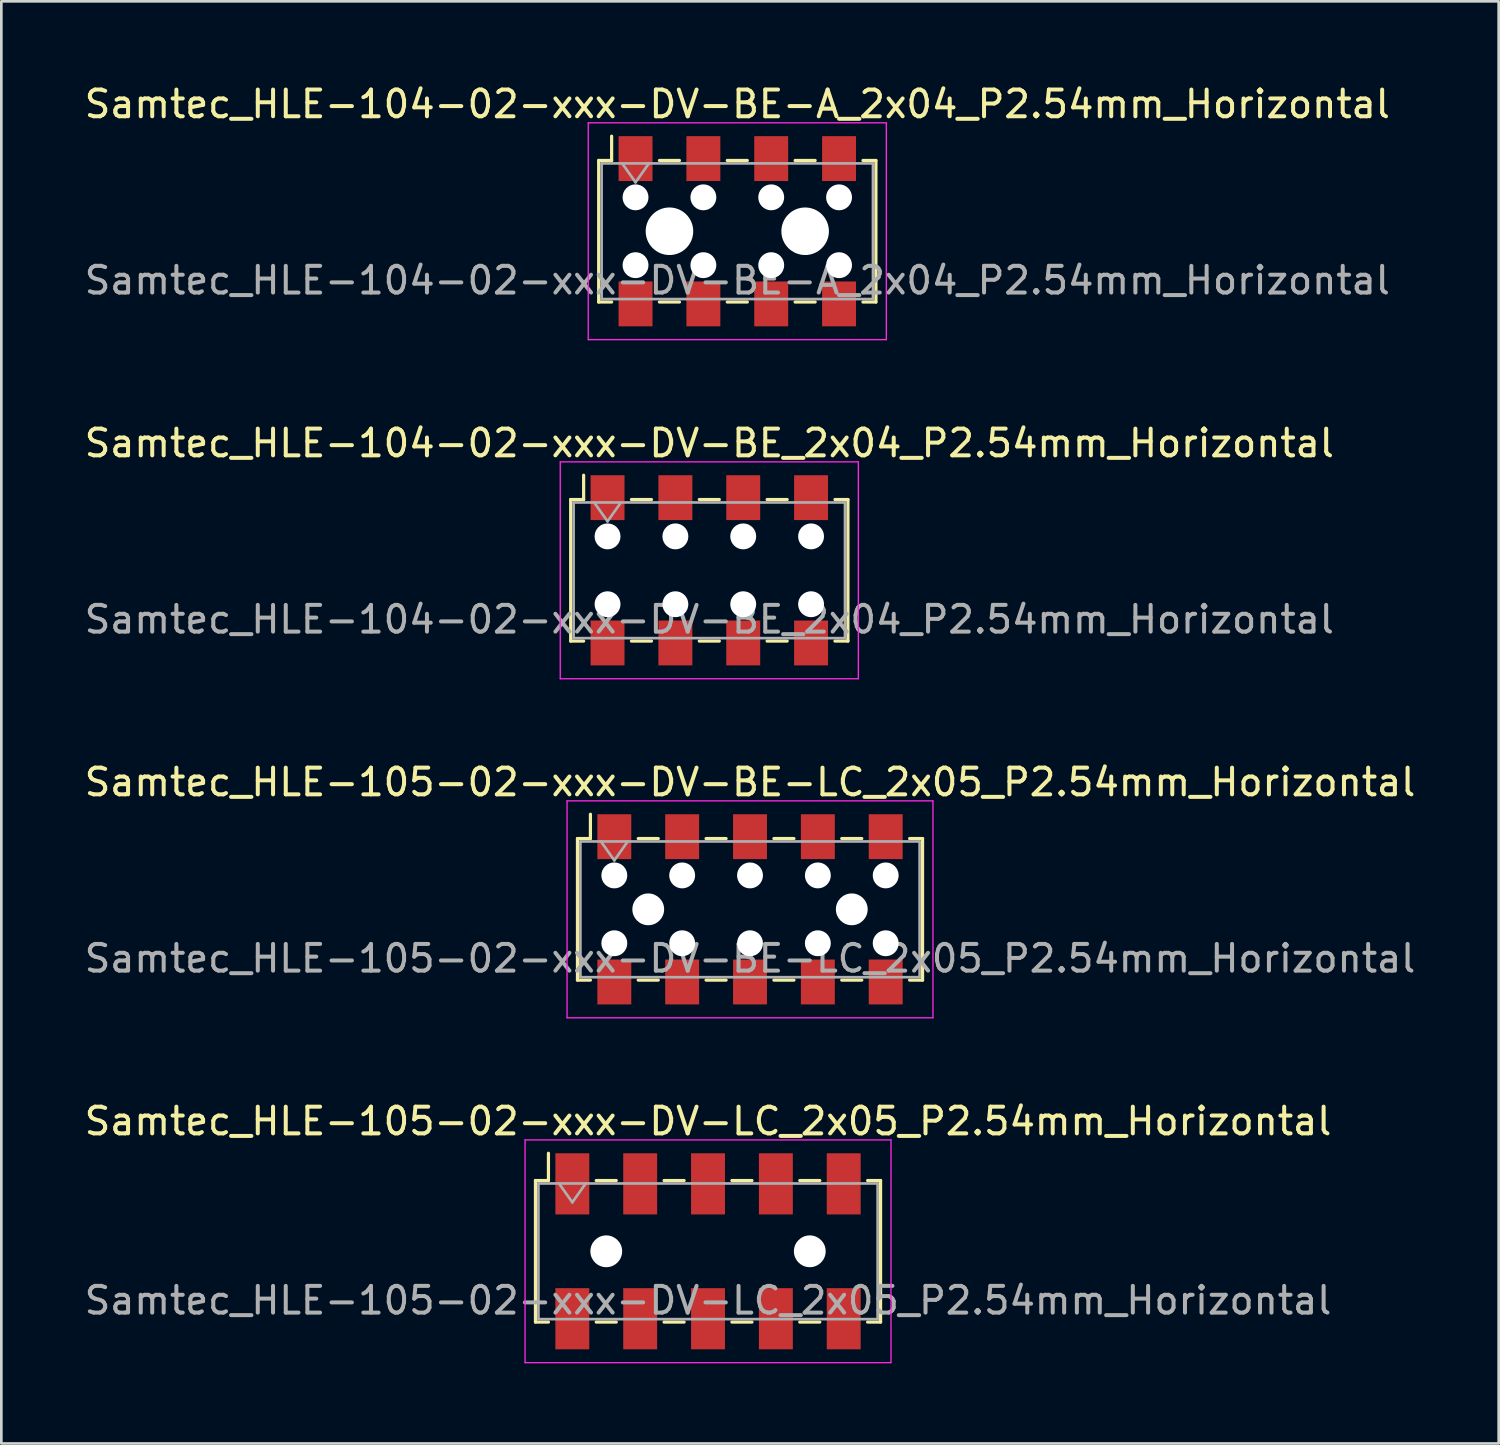
<source format=kicad_pcb>
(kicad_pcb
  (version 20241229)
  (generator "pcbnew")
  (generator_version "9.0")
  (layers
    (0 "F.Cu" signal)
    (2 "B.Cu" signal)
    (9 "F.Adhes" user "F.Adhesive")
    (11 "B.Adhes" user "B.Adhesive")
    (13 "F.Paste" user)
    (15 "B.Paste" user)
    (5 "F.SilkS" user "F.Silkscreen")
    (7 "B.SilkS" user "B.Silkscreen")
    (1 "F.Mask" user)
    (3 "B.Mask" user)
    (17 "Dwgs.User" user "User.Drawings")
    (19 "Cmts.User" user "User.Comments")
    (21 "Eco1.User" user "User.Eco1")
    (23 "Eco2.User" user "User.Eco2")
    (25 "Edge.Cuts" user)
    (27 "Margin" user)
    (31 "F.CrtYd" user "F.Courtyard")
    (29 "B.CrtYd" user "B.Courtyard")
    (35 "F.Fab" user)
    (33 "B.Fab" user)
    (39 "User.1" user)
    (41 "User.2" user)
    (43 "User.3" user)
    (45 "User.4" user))
  (footprint "Samtec_HLE-105-02-xxx-DV-LC_2x05_P2.54mm_Horizontal"
    (layer "F.Cu")
    (at 23.458 43.798)
    (property "Reference" "Samtec_HLE-105-02-xxx-DV-LC_2x05_P2.54mm_Horizontal" (at 0 -4.87 0) (layer "F.SilkS") (effects (font (size 1 1) (thickness 0.15))))
    (attr smd)
    (fp_line (start -6.46 -2.65) (end -6.46 2.65) (stroke (width 0.12) (type solid)) (layer "F.SilkS"))
    (fp_line (start -6.46 2.65) (end -5.975 2.65) (stroke (width 0.12) (type solid)) (layer "F.SilkS"))
    (fp_line (start -5.975 -3.67) (end -5.975 -2.65) (stroke (width 0.12) (type solid)) (layer "F.SilkS"))
    (fp_line (start -5.975 -2.65) (end -6.46 -2.65) (stroke (width 0.12) (type solid)) (layer "F.SilkS"))
    (fp_line (start -4.185 -2.65) (end -3.435 -2.65) (stroke (width 0.12) (type solid)) (layer "F.SilkS"))
    (fp_line (start -4.185 2.65) (end -3.435 2.65) (stroke (width 0.12) (type solid)) (layer "F.SilkS"))
    (fp_line (start -1.645 -2.65) (end -0.895 -2.65) (stroke (width 0.12) (type solid)) (layer "F.SilkS"))
    (fp_line (start -1.645 2.65) (end -0.895 2.65) (stroke (width 0.12) (type solid)) (layer "F.SilkS"))
    (fp_line (start 0.895 -2.65) (end 1.645 -2.65) (stroke (width 0.12) (type solid)) (layer "F.SilkS"))
    (fp_line (start 0.895 2.65) (end 1.645 2.65) (stroke (width 0.12) (type solid)) (layer "F.SilkS"))
    (fp_line (start 3.435 -2.65) (end 4.185 -2.65) (stroke (width 0.12) (type solid)) (layer "F.SilkS"))
    (fp_line (start 3.435 2.65) (end 4.185 2.65) (stroke (width 0.12) (type solid)) (layer "F.SilkS"))
    (fp_line (start 5.975 -2.65) (end 6.46 -2.65) (stroke (width 0.12) (type solid)) (layer "F.SilkS"))
    (fp_line (start 6.46 -2.65) (end 6.46 2.65) (stroke (width 0.12) (type solid)) (layer "F.SilkS"))
    (fp_line (start 6.46 2.65) (end 5.975 2.65) (stroke (width 0.12) (type solid)) (layer "F.SilkS"))
    (fp_line (start -6.85 -4.17) (end 6.85 -4.17) (stroke (width 0.05) (type solid)) (layer "F.CrtYd"))
    (fp_line (start -6.85 4.17) (end -6.85 -4.17) (stroke (width 0.05) (type solid)) (layer "F.CrtYd"))
    (fp_line (start 6.85 -4.17) (end 6.85 4.17) (stroke (width 0.05) (type solid)) (layer "F.CrtYd"))
    (fp_line (start 6.85 4.17) (end -6.85 4.17) (stroke (width 0.05) (type solid)) (layer "F.CrtYd"))
    (fp_line (start -6.35 -2.54) (end 6.35 -2.54) (stroke (width 0.1) (type solid)) (layer "F.Fab"))
    (fp_line (start -6.35 2.54) (end -6.35 -2.54) (stroke (width 0.1) (type solid)) (layer "F.Fab"))
    (fp_line (start -5.58 -2.54) (end -5.08 -1.833) (stroke (width 0.1) (type solid)) (layer "F.Fab"))
    (fp_line (start -5.08 -1.833) (end -4.58 -2.54) (stroke (width 0.1) (type solid)) (layer "F.Fab"))
    (fp_line (start 6.35 -2.54) (end 6.35 2.54) (stroke (width 0.1) (type solid)) (layer "F.Fab"))
    (fp_line (start 6.35 2.54) (end -6.35 2.54) (stroke (width 0.1) (type solid)) (layer "F.Fab"))
    (fp_text user "${REFERENCE}" (at 0 1.84 0) (layer "F.Fab") (effects (font (size 1 1) (thickness 0.15))))
    (pad "" np_thru_hole circle (at -3.81 0) (size 1.19 1.19) (drill 1.19) (layers "*.Cu" "*.Mask"))
    (pad "" np_thru_hole circle (at 3.81 0) (size 1.19 1.19) (drill 1.19) (layers "*.Cu" "*.Mask"))
    (pad "1" smd rect (at -5.08 -2.525) (size 1.27 2.29) (layers "F.Cu" "F.Mask" "F.Paste"))
    (pad "2" smd rect (at -5.08 2.525) (size 1.27 2.29) (layers "F.Cu" "F.Mask" "F.Paste"))
    (pad "3" smd rect (at -2.54 -2.525) (size 1.27 2.29) (layers "F.Cu" "F.Mask" "F.Paste"))
    (pad "4" smd rect (at -2.54 2.525) (size 1.27 2.29) (layers "F.Cu" "F.Mask" "F.Paste"))
    (pad "5" smd rect (at 0 -2.525) (size 1.27 2.29) (layers "F.Cu" "F.Mask" "F.Paste"))
    (pad "6" smd rect (at 0 2.525) (size 1.27 2.29) (layers "F.Cu" "F.Mask" "F.Paste"))
    (pad "7" smd rect (at 2.54 -2.525) (size 1.27 2.29) (layers "F.Cu" "F.Mask" "F.Paste"))
    (pad "8" smd rect (at 2.54 2.525) (size 1.27 2.29) (layers "F.Cu" "F.Mask" "F.Paste"))
    (pad "9" smd rect (at 5.08 -2.525) (size 1.27 2.29) (layers "F.Cu" "F.Mask" "F.Paste"))
    (pad "10" smd rect (at 5.08 2.525) (size 1.27 2.29) (layers "F.Cu" "F.Mask" "F.Paste")))
  (footprint "Samtec_HLE-104-02-xxx-DV-BE_2x04_P2.54mm_Horizontal"
    (layer "F.Cu")
    (at 23.506 18.302)
    (property "Reference" "Samtec_HLE-104-02-xxx-DV-BE_2x04_P2.54mm_Horizontal" (at 0 -4.76 0) (layer "F.SilkS") (effects (font (size 1 1) (thickness 0.15))))
    (attr smd)
    (fp_line (start -5.19 -2.65) (end -5.19 2.65) (stroke (width 0.12) (type solid)) (layer "F.SilkS"))
    (fp_line (start -5.19 2.65) (end -4.705 2.65) (stroke (width 0.12) (type solid)) (layer "F.SilkS"))
    (fp_line (start -4.705 -3.56) (end -4.705 -2.65) (stroke (width 0.12) (type solid)) (layer "F.SilkS"))
    (fp_line (start -4.705 -2.65) (end -5.19 -2.65) (stroke (width 0.12) (type solid)) (layer "F.SilkS"))
    (fp_line (start -2.915 -2.65) (end -2.165 -2.65) (stroke (width 0.12) (type solid)) (layer "F.SilkS"))
    (fp_line (start -2.915 2.65) (end -2.165 2.65) (stroke (width 0.12) (type solid)) (layer "F.SilkS"))
    (fp_line (start -0.375 -2.65) (end 0.375 -2.65) (stroke (width 0.12) (type solid)) (layer "F.SilkS"))
    (fp_line (start -0.375 2.65) (end 0.375 2.65) (stroke (width 0.12) (type solid)) (layer "F.SilkS"))
    (fp_line (start 2.165 -2.65) (end 2.915 -2.65) (stroke (width 0.12) (type solid)) (layer "F.SilkS"))
    (fp_line (start 2.165 2.65) (end 2.915 2.65) (stroke (width 0.12) (type solid)) (layer "F.SilkS"))
    (fp_line (start 4.705 -2.65) (end 5.19 -2.65) (stroke (width 0.12) (type solid)) (layer "F.SilkS"))
    (fp_line (start 5.19 -2.65) (end 5.19 2.65) (stroke (width 0.12) (type solid)) (layer "F.SilkS"))
    (fp_line (start 5.19 2.65) (end 4.705 2.65) (stroke (width 0.12) (type solid)) (layer "F.SilkS"))
    (fp_line (start -5.58 -4.06) (end 5.58 -4.06) (stroke (width 0.05) (type solid)) (layer "F.CrtYd"))
    (fp_line (start -5.58 4.06) (end -5.58 -4.06) (stroke (width 0.05) (type solid)) (layer "F.CrtYd"))
    (fp_line (start 5.58 -4.06) (end 5.58 4.06) (stroke (width 0.05) (type solid)) (layer "F.CrtYd"))
    (fp_line (start 5.58 4.06) (end -5.58 4.06) (stroke (width 0.05) (type solid)) (layer "F.CrtYd"))
    (fp_line (start -5.08 -2.54) (end 5.08 -2.54) (stroke (width 0.1) (type solid)) (layer "F.Fab"))
    (fp_line (start -5.08 2.54) (end -5.08 -2.54) (stroke (width 0.1) (type solid)) (layer "F.Fab"))
    (fp_line (start -4.31 -2.54) (end -3.81 -1.833) (stroke (width 0.1) (type solid)) (layer "F.Fab"))
    (fp_line (start -3.81 -1.833) (end -3.31 -2.54) (stroke (width 0.1) (type solid)) (layer "F.Fab"))
    (fp_line (start 5.08 -2.54) (end 5.08 2.54) (stroke (width 0.1) (type solid)) (layer "F.Fab"))
    (fp_line (start 5.08 2.54) (end -5.08 2.54) (stroke (width 0.1) (type solid)) (layer "F.Fab"))
    (fp_text user "${REFERENCE}" (at 0 1.84 0) (layer "F.Fab") (effects (font (size 1 1) (thickness 0.15))))
    (pad "" np_thru_hole circle (at -3.81 -1.27) (size 0.97 0.97) (drill 0.97) (layers "*.Cu" "*.Mask"))
    (pad "" np_thru_hole circle (at -3.81 1.27) (size 0.97 0.97) (drill 0.97) (layers "*.Cu" "*.Mask"))
    (pad "" np_thru_hole circle (at -1.27 -1.27) (size 0.97 0.97) (drill 0.97) (layers "*.Cu" "*.Mask"))
    (pad "" np_thru_hole circle (at -1.27 1.27) (size 0.97 0.97) (drill 0.97) (layers "*.Cu" "*.Mask"))
    (pad "" np_thru_hole circle (at 1.27 -1.27) (size 0.97 0.97) (drill 0.97) (layers "*.Cu" "*.Mask"))
    (pad "" np_thru_hole circle (at 1.27 1.27) (size 0.97 0.97) (drill 0.97) (layers "*.Cu" "*.Mask"))
    (pad "" np_thru_hole circle (at 3.81 -1.27) (size 0.97 0.97) (drill 0.97) (layers "*.Cu" "*.Mask"))
    (pad "" np_thru_hole circle (at 3.81 1.27) (size 0.97 0.97) (drill 0.97) (layers "*.Cu" "*.Mask"))
    (pad "1" smd rect (at -3.81 -2.72) (size 1.27 1.68) (layers "F.Cu" "F.Mask" "F.Paste"))
    (pad "2" smd rect (at -3.81 2.72) (size 1.27 1.68) (layers "F.Cu" "F.Mask" "F.Paste"))
    (pad "3" smd rect (at -1.27 -2.72) (size 1.27 1.68) (layers "F.Cu" "F.Mask" "F.Paste"))
    (pad "4" smd rect (at -1.27 2.72) (size 1.27 1.68) (layers "F.Cu" "F.Mask" "F.Paste"))
    (pad "5" smd rect (at 1.27 -2.72) (size 1.27 1.68) (layers "F.Cu" "F.Mask" "F.Paste"))
    (pad "6" smd rect (at 1.27 2.72) (size 1.27 1.68) (layers "F.Cu" "F.Mask" "F.Paste"))
    (pad "7" smd rect (at 3.81 -2.72) (size 1.27 1.68) (layers "F.Cu" "F.Mask" "F.Paste"))
    (pad "8" smd rect (at 3.81 2.72) (size 1.27 1.68) (layers "F.Cu" "F.Mask" "F.Paste")))
  (footprint "Samtec_HLE-105-02-xxx-DV-BE-LC_2x05_P2.54mm_Horizontal"
    (layer "F.Cu")
    (at 25.03 30.995)
    (property "Reference" "Samtec_HLE-105-02-xxx-DV-BE-LC_2x05_P2.54mm_Horizontal" (at 0 -4.76 0) (layer "F.SilkS") (effects (font (size 1 1) (thickness 0.15))))
    (attr smd)
    (fp_line (start -6.46 -2.65) (end -6.46 2.65) (stroke (width 0.12) (type solid)) (layer "F.SilkS"))
    (fp_line (start -6.46 2.65) (end -5.975 2.65) (stroke (width 0.12) (type solid)) (layer "F.SilkS"))
    (fp_line (start -5.975 -3.56) (end -5.975 -2.65) (stroke (width 0.12) (type solid)) (layer "F.SilkS"))
    (fp_line (start -5.975 -2.65) (end -6.46 -2.65) (stroke (width 0.12) (type solid)) (layer "F.SilkS"))
    (fp_line (start -4.185 -2.65) (end -3.435 -2.65) (stroke (width 0.12) (type solid)) (layer "F.SilkS"))
    (fp_line (start -4.185 2.65) (end -3.435 2.65) (stroke (width 0.12) (type solid)) (layer "F.SilkS"))
    (fp_line (start -1.645 -2.65) (end -0.895 -2.65) (stroke (width 0.12) (type solid)) (layer "F.SilkS"))
    (fp_line (start -1.645 2.65) (end -0.895 2.65) (stroke (width 0.12) (type solid)) (layer "F.SilkS"))
    (fp_line (start 0.895 -2.65) (end 1.645 -2.65) (stroke (width 0.12) (type solid)) (layer "F.SilkS"))
    (fp_line (start 0.895 2.65) (end 1.645 2.65) (stroke (width 0.12) (type solid)) (layer "F.SilkS"))
    (fp_line (start 3.435 -2.65) (end 4.185 -2.65) (stroke (width 0.12) (type solid)) (layer "F.SilkS"))
    (fp_line (start 3.435 2.65) (end 4.185 2.65) (stroke (width 0.12) (type solid)) (layer "F.SilkS"))
    (fp_line (start 5.975 -2.65) (end 6.46 -2.65) (stroke (width 0.12) (type solid)) (layer "F.SilkS"))
    (fp_line (start 6.46 -2.65) (end 6.46 2.65) (stroke (width 0.12) (type solid)) (layer "F.SilkS"))
    (fp_line (start 6.46 2.65) (end 5.975 2.65) (stroke (width 0.12) (type solid)) (layer "F.SilkS"))
    (fp_line (start -6.85 -4.06) (end 6.85 -4.06) (stroke (width 0.05) (type solid)) (layer "F.CrtYd"))
    (fp_line (start -6.85 4.06) (end -6.85 -4.06) (stroke (width 0.05) (type solid)) (layer "F.CrtYd"))
    (fp_line (start 6.85 -4.06) (end 6.85 4.06) (stroke (width 0.05) (type solid)) (layer "F.CrtYd"))
    (fp_line (start 6.85 4.06) (end -6.85 4.06) (stroke (width 0.05) (type solid)) (layer "F.CrtYd"))
    (fp_line (start -6.35 -2.54) (end 6.35 -2.54) (stroke (width 0.1) (type solid)) (layer "F.Fab"))
    (fp_line (start -6.35 2.54) (end -6.35 -2.54) (stroke (width 0.1) (type solid)) (layer "F.Fab"))
    (fp_line (start -5.58 -2.54) (end -5.08 -1.833) (stroke (width 0.1) (type solid)) (layer "F.Fab"))
    (fp_line (start -5.08 -1.833) (end -4.58 -2.54) (stroke (width 0.1) (type solid)) (layer "F.Fab"))
    (fp_line (start 6.35 -2.54) (end 6.35 2.54) (stroke (width 0.1) (type solid)) (layer "F.Fab"))
    (fp_line (start 6.35 2.54) (end -6.35 2.54) (stroke (width 0.1) (type solid)) (layer "F.Fab"))
    (fp_text user "${REFERENCE}" (at 0 1.84 0) (layer "F.Fab") (effects (font (size 1 1) (thickness 0.15))))
    (pad "" np_thru_hole circle (at -5.08 -1.27) (size 0.97 0.97) (drill 0.97) (layers "*.Cu" "*.Mask"))
    (pad "" np_thru_hole circle (at -5.08 1.27) (size 0.97 0.97) (drill 0.97) (layers "*.Cu" "*.Mask"))
    (pad "" np_thru_hole circle (at -3.81 0) (size 1.19 1.19) (drill 1.19) (layers "*.Cu" "*.Mask"))
    (pad "" np_thru_hole circle (at -2.54 -1.27) (size 0.97 0.97) (drill 0.97) (layers "*.Cu" "*.Mask"))
    (pad "" np_thru_hole circle (at -2.54 1.27) (size 0.97 0.97) (drill 0.97) (layers "*.Cu" "*.Mask"))
    (pad "" np_thru_hole circle (at 0 -1.27) (size 0.97 0.97) (drill 0.97) (layers "*.Cu" "*.Mask"))
    (pad "" np_thru_hole circle (at 0 1.27) (size 0.97 0.97) (drill 0.97) (layers "*.Cu" "*.Mask"))
    (pad "" np_thru_hole circle (at 2.54 -1.27) (size 0.97 0.97) (drill 0.97) (layers "*.Cu" "*.Mask"))
    (pad "" np_thru_hole circle (at 2.54 1.27) (size 0.97 0.97) (drill 0.97) (layers "*.Cu" "*.Mask"))
    (pad "" np_thru_hole circle (at 3.81 0) (size 1.19 1.19) (drill 1.19) (layers "*.Cu" "*.Mask"))
    (pad "" np_thru_hole circle (at 5.08 -1.27) (size 0.97 0.97) (drill 0.97) (layers "*.Cu" "*.Mask"))
    (pad "" np_thru_hole circle (at 5.08 1.27) (size 0.97 0.97) (drill 0.97) (layers "*.Cu" "*.Mask"))
    (pad "1" smd rect (at -5.08 -2.72) (size 1.27 1.68) (layers "F.Cu" "F.Mask" "F.Paste"))
    (pad "2" smd rect (at -5.08 2.72) (size 1.27 1.68) (layers "F.Cu" "F.Mask" "F.Paste"))
    (pad "3" smd rect (at -2.54 -2.72) (size 1.27 1.68) (layers "F.Cu" "F.Mask" "F.Paste"))
    (pad "4" smd rect (at -2.54 2.72) (size 1.27 1.68) (layers "F.Cu" "F.Mask" "F.Paste"))
    (pad "5" smd rect (at 0 -2.72) (size 1.27 1.68) (layers "F.Cu" "F.Mask" "F.Paste"))
    (pad "6" smd rect (at 0 2.72) (size 1.27 1.68) (layers "F.Cu" "F.Mask" "F.Paste"))
    (pad "7" smd rect (at 2.54 -2.72) (size 1.27 1.68) (layers "F.Cu" "F.Mask" "F.Paste"))
    (pad "8" smd rect (at 2.54 2.72) (size 1.27 1.68) (layers "F.Cu" "F.Mask" "F.Paste"))
    (pad "9" smd rect (at 5.08 -2.72) (size 1.27 1.68) (layers "F.Cu" "F.Mask" "F.Paste"))
    (pad "10" smd rect (at 5.08 2.72) (size 1.27 1.68) (layers "F.Cu" "F.Mask" "F.Paste")))
  (footprint "Samtec_HLE-104-02-xxx-DV-BE-A_2x04_P2.54mm_Horizontal"
    (layer "F.Cu")
    (at 24.554 5.608)
    (property "Reference" "Samtec_HLE-104-02-xxx-DV-BE-A_2x04_P2.54mm_Horizontal" (at 0 -4.76 0) (layer "F.SilkS") (effects (font (size 1 1) (thickness 0.15))))
    (attr smd)
    (fp_line (start -5.19 -2.65) (end -5.19 2.65) (stroke (width 0.12) (type solid)) (layer "F.SilkS"))
    (fp_line (start -5.19 2.65) (end -4.705 2.65) (stroke (width 0.12) (type solid)) (layer "F.SilkS"))
    (fp_line (start -4.705 -3.56) (end -4.705 -2.65) (stroke (width 0.12) (type solid)) (layer "F.SilkS"))
    (fp_line (start -4.705 -2.65) (end -5.19 -2.65) (stroke (width 0.12) (type solid)) (layer "F.SilkS"))
    (fp_line (start -2.915 -2.65) (end -2.165 -2.65) (stroke (width 0.12) (type solid)) (layer "F.SilkS"))
    (fp_line (start -2.915 2.65) (end -2.165 2.65) (stroke (width 0.12) (type solid)) (layer "F.SilkS"))
    (fp_line (start -0.375 -2.65) (end 0.375 -2.65) (stroke (width 0.12) (type solid)) (layer "F.SilkS"))
    (fp_line (start -0.375 2.65) (end 0.375 2.65) (stroke (width 0.12) (type solid)) (layer "F.SilkS"))
    (fp_line (start 2.165 -2.65) (end 2.915 -2.65) (stroke (width 0.12) (type solid)) (layer "F.SilkS"))
    (fp_line (start 2.165 2.65) (end 2.915 2.65) (stroke (width 0.12) (type solid)) (layer "F.SilkS"))
    (fp_line (start 4.705 -2.65) (end 5.19 -2.65) (stroke (width 0.12) (type solid)) (layer "F.SilkS"))
    (fp_line (start 5.19 -2.65) (end 5.19 2.65) (stroke (width 0.12) (type solid)) (layer "F.SilkS"))
    (fp_line (start 5.19 2.65) (end 4.705 2.65) (stroke (width 0.12) (type solid)) (layer "F.SilkS"))
    (fp_line (start -5.58 -4.06) (end 5.58 -4.06) (stroke (width 0.05) (type solid)) (layer "F.CrtYd"))
    (fp_line (start -5.58 4.06) (end -5.58 -4.06) (stroke (width 0.05) (type solid)) (layer "F.CrtYd"))
    (fp_line (start 5.58 -4.06) (end 5.58 4.06) (stroke (width 0.05) (type solid)) (layer "F.CrtYd"))
    (fp_line (start 5.58 4.06) (end -5.58 4.06) (stroke (width 0.05) (type solid)) (layer "F.CrtYd"))
    (fp_line (start -5.08 -2.54) (end 5.08 -2.54) (stroke (width 0.1) (type solid)) (layer "F.Fab"))
    (fp_line (start -5.08 2.54) (end -5.08 -2.54) (stroke (width 0.1) (type solid)) (layer "F.Fab"))
    (fp_line (start -4.31 -2.54) (end -3.81 -1.833) (stroke (width 0.1) (type solid)) (layer "F.Fab"))
    (fp_line (start -3.81 -1.833) (end -3.31 -2.54) (stroke (width 0.1) (type solid)) (layer "F.Fab"))
    (fp_line (start 5.08 -2.54) (end 5.08 2.54) (stroke (width 0.1) (type solid)) (layer "F.Fab"))
    (fp_line (start 5.08 2.54) (end -5.08 2.54) (stroke (width 0.1) (type solid)) (layer "F.Fab"))
    (fp_text user "${REFERENCE}" (at 0 1.84 0) (layer "F.Fab") (effects (font (size 1 1) (thickness 0.15))))
    (pad "" np_thru_hole circle (at -3.81 -1.27) (size 0.97 0.97) (drill 0.97) (layers "*.Cu" "*.Mask"))
    (pad "" np_thru_hole circle (at -3.81 1.27) (size 0.97 0.97) (drill 0.97) (layers "*.Cu" "*.Mask"))
    (pad "" np_thru_hole circle (at -2.54 0) (size 1.78 1.78) (drill 1.78) (layers "*.Cu" "*.Mask"))
    (pad "" np_thru_hole circle (at -1.27 -1.27) (size 0.97 0.97) (drill 0.97) (layers "*.Cu" "*.Mask"))
    (pad "" np_thru_hole circle (at -1.27 1.27) (size 0.97 0.97) (drill 0.97) (layers "*.Cu" "*.Mask"))
    (pad "" np_thru_hole circle (at 1.27 -1.27) (size 0.97 0.97) (drill 0.97) (layers "*.Cu" "*.Mask"))
    (pad "" np_thru_hole circle (at 1.27 1.27) (size 0.97 0.97) (drill 0.97) (layers "*.Cu" "*.Mask"))
    (pad "" np_thru_hole circle (at 2.54 0) (size 1.78 1.78) (drill 1.78) (layers "*.Cu" "*.Mask"))
    (pad "" np_thru_hole circle (at 3.81 -1.27) (size 0.97 0.97) (drill 0.97) (layers "*.Cu" "*.Mask"))
    (pad "" np_thru_hole circle (at 3.81 1.27) (size 0.97 0.97) (drill 0.97) (layers "*.Cu" "*.Mask"))
    (pad "1" smd rect (at -3.81 -2.72) (size 1.27 1.68) (layers "F.Cu" "F.Mask" "F.Paste"))
    (pad "2" smd rect (at -3.81 2.72) (size 1.27 1.68) (layers "F.Cu" "F.Mask" "F.Paste"))
    (pad "3" smd rect (at -1.27 -2.72) (size 1.27 1.68) (layers "F.Cu" "F.Mask" "F.Paste"))
    (pad "4" smd rect (at -1.27 2.72) (size 1.27 1.68) (layers "F.Cu" "F.Mask" "F.Paste"))
    (pad "5" smd rect (at 1.27 -2.72) (size 1.27 1.68) (layers "F.Cu" "F.Mask" "F.Paste"))
    (pad "6" smd rect (at 1.27 2.72) (size 1.27 1.68) (layers "F.Cu" "F.Mask" "F.Paste"))
    (pad "7" smd rect (at 3.81 -2.72) (size 1.27 1.68) (layers "F.Cu" "F.Mask" "F.Paste"))
    (pad "8" smd rect (at 3.81 2.72) (size 1.27 1.68) (layers "F.Cu" "F.Mask" "F.Paste")))
  (gr_rect
    (start -3 -3)
    (end 53.06 50.993)
    (stroke (width 0.1) (type default))
    (fill no)
    (layer "Edge.Cuts")))
</source>
